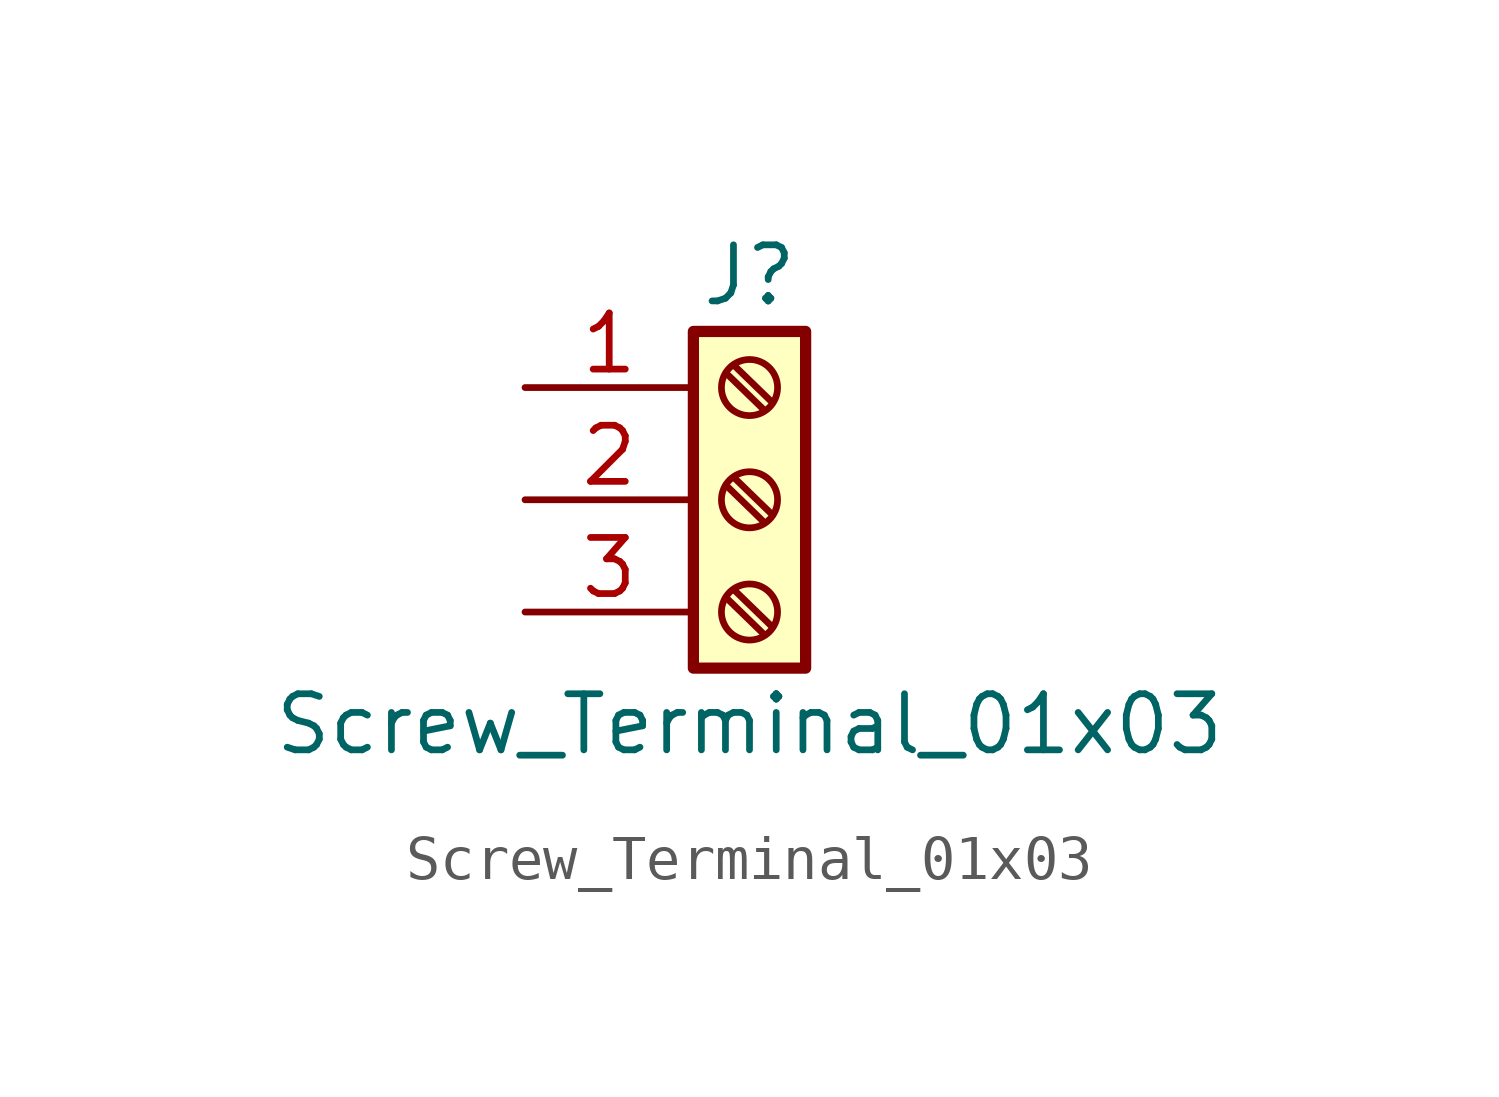
<source format=kicad_sym>
(kicad_symbol_lib
  (version 20211014)
  (generator kicad_symbol_editor)
  (symbol "Screw_Terminal_01x03"
    (pin_names
      (offset 1.016) hide)
    (property "Reference" "J"
      (at 0 5.08 0)
      (effects (font (size 1.27 1.27))))
    (property "Value" "Screw_Terminal_01x03"
      (at 0 -5.08 0)
      (effects (font (size 1.27 1.27))))
    (symbol "Screw_Terminal_01x03_1_1"
      (rectangle (start -1.27 3.81) (end 1.27 -3.81) (stroke (width 0.254) (type default) (color 0 0 0 0)) (fill (type background)))
      (circle (center 0 -2.54) (radius 0.635) (stroke (width 0.152) (type default) (color 0 0 0 0)) (fill (type none)))
      (polyline (pts (xy -0.533 -2.21) (xy 0.33 -3.048)) (stroke (width 0.152) (type default) (color 0 0 0 0)) (fill (type none)))
      (polyline (pts (xy -0.533 0.33) (xy 0.33 -0.508)) (stroke (width 0.152) (type default) (color 0 0 0 0)) (fill (type none)))
      (polyline (pts (xy -0.533 2.87) (xy 0.33 2.032)) (stroke (width 0.152) (type default) (color 0 0 0 0)) (fill (type none)))
      (polyline (pts (xy -0.356 -2.032) (xy 0.508 -2.87)) (stroke (width 0.152) (type default) (color 0 0 0 0)) (fill (type none)))
      (polyline (pts (xy -0.356 0.508) (xy 0.508 -0.33)) (stroke (width 0.152) (type default) (color 0 0 0 0)) (fill (type none)))
      (polyline (pts (xy -0.356 3.048) (xy 0.508 2.21)) (stroke (width 0.152) (type default) (color 0 0 0 0)) (fill (type none)))
      (circle (center 0 0) (radius 0.635) (stroke (width 0.152) (type default) (color 0 0 0 0)) (fill (type none)))
      (circle (center 0 2.54) (radius 0.635) (stroke (width 0.152) (type default) (color 0 0 0 0)) (fill (type none)))
      (pin passive line (at -5.08 2.54 0) (length 3.81) (name "Pin_1" (effects (font (size 1.27 1.27)))) (number "1" (effects (font (size 1.27 1.27)))))
      (pin passive line (at -5.08 0 0) (length 3.81) (name "Pin_2" (effects (font (size 1.27 1.27)))) (number "2" (effects (font (size 1.27 1.27)))))
      (pin passive line (at -5.08 -2.54 0) (length 3.81) (name "Pin_3" (effects (font (size 1.27 1.27)))) (number "3" (effects (font (size 1.27 1.27)))))
      (pin output line (at -5.08 2.54 0) (length 5.08) hide (name "~" (effects (font (size 1.27 1.27)))) (number "4" (effects (font (size 1.27 1.27)))))
      (pin output line (at -5.08 0 0) (length 5.08) hide (name "~" (effects (font (size 1.27 1.27)))) (number "5" (effects (font (size 1.27 1.27)))))
      (pin output line (at -5.08 -2.54 0) (length 5.08) hide (name "~" (effects (font (size 1.27 1.27)))) (number "6" (effects (font (size 1.27 1.27))))))))
</source>
